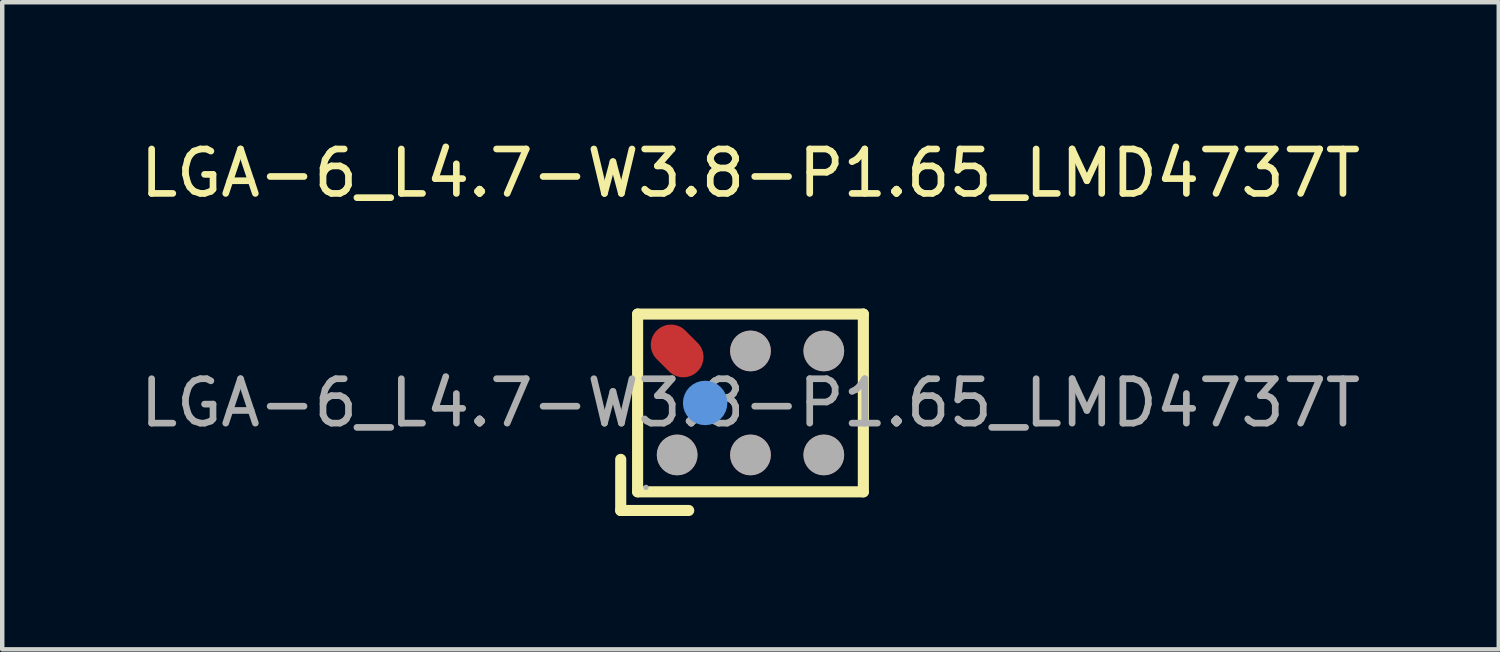
<source format=kicad_pcb>
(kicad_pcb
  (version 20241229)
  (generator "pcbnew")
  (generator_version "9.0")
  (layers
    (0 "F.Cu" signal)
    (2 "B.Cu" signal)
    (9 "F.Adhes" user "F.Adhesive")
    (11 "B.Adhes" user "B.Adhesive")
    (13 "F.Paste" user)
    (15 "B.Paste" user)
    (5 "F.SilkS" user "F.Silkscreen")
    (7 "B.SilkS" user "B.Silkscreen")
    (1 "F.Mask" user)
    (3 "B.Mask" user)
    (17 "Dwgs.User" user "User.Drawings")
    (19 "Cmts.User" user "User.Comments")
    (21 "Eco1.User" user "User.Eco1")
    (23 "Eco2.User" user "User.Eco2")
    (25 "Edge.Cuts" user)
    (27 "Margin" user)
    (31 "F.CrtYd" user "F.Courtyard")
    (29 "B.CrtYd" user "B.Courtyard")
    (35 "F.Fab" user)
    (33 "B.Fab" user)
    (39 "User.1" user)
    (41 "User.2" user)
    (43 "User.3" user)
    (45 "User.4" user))
  (footprint "LGA-6_L4.7-W3.8-P1.65_LMD4737T"
    (layer "F.Cu")
    (at 13.839 6.018)
    (property "Reference" "LGA-6_L4.7-W3.8-P1.65_LMD4737T" (at 0 -5.17 0) (layer "F.SilkS") (effects (font (size 1 1) (thickness 0.15))))
    (attr smd)
    (fp_line (start -2.92 2.42) (end -2.92 1.27) (stroke (width 0.25) (type solid)) (layer "F.SilkS"))
    (fp_line (start -2.54 -2) (end 2.54 -2) (stroke (width 0.25) (type solid)) (layer "F.SilkS"))
    (fp_line (start -2.54 2) (end -2.54 -2) (stroke (width 0.25) (type solid)) (layer "F.SilkS"))
    (fp_line (start -2.54 2) (end 2.54 2) (stroke (width 0.25) (type solid)) (layer "F.SilkS"))
    (fp_line (start -1.39 2.42) (end -2.92 2.42) (stroke (width 0.25) (type solid)) (layer "F.SilkS"))
    (fp_line (start 2.54 2) (end 2.54 -2) (stroke (width 0.25) (type solid)) (layer "F.SilkS"))
    (fp_circle (center -1.02 0) (end -0.77 0) (stroke (width 0.5) (type solid)) (fill no) (layer "Cmts.User"))
    (fp_circle (center -2.35 1.9) (end -2.32 1.9) (stroke (width 0.06) (type solid)) (fill no) (layer "F.Fab"))
    (fp_circle (center -1.65 1.17) (end -1.42 1.17) (stroke (width 0.46) (type solid)) (fill no) (layer "F.Fab"))
    (fp_circle (center 0 -1.17) (end 0.23 -1.17) (stroke (width 0.46) (type solid)) (fill no) (layer "F.Fab"))
    (fp_circle (center 0 1.17) (end 0.23 1.17) (stroke (width 0.46) (type solid)) (fill no) (layer "F.Fab"))
    (fp_circle (center 1.65 -1.17) (end 1.88 -1.17) (stroke (width 0.46) (type solid)) (fill no) (layer "F.Fab"))
    (fp_circle (center 1.65 1.17) (end 1.88 1.17) (stroke (width 0.46) (type solid)) (fill no) (layer "F.Fab"))
    (fp_text user "${REFERENCE}" (at 0 0 0) (layer "F.Fab") (effects (font (size 1 1) (thickness 0.15))))
    (pad "1" smd circle (at -1.65 1.17 90) (size 0.91 0.91) (layers "F.Cu" "F.Mask" "F.Paste"))
    (pad "2" smd circle (at 0 1.17 90) (size 0.91 0.91) (layers "F.Cu" "F.Mask" "F.Paste"))
    (pad "3" smd circle (at 1.65 1.17 90) (size 0.91 0.91) (layers "F.Cu" "F.Mask" "F.Paste"))
    (pad "4" smd circle (at 1.65 -1.17 90) (size 0.91 0.91) (layers "F.Cu" "F.Mask" "F.Paste"))
    (pad "5" smd circle (at 0 -1.17 90) (size 0.91 0.91) (layers "F.Cu" "F.Mask" "F.Paste"))
    (pad "6" smd oval (at -1.65 -1.17 45) (size 0.91 1.3) (layers "F.Cu" "F.Mask" "F.Paste")))
  (gr_rect
    (start -3 -3)
    (end 30.679 11.563)
    (stroke (width 0.1) (type default))
    (fill no)
    (layer "Edge.Cuts")))
</source>
